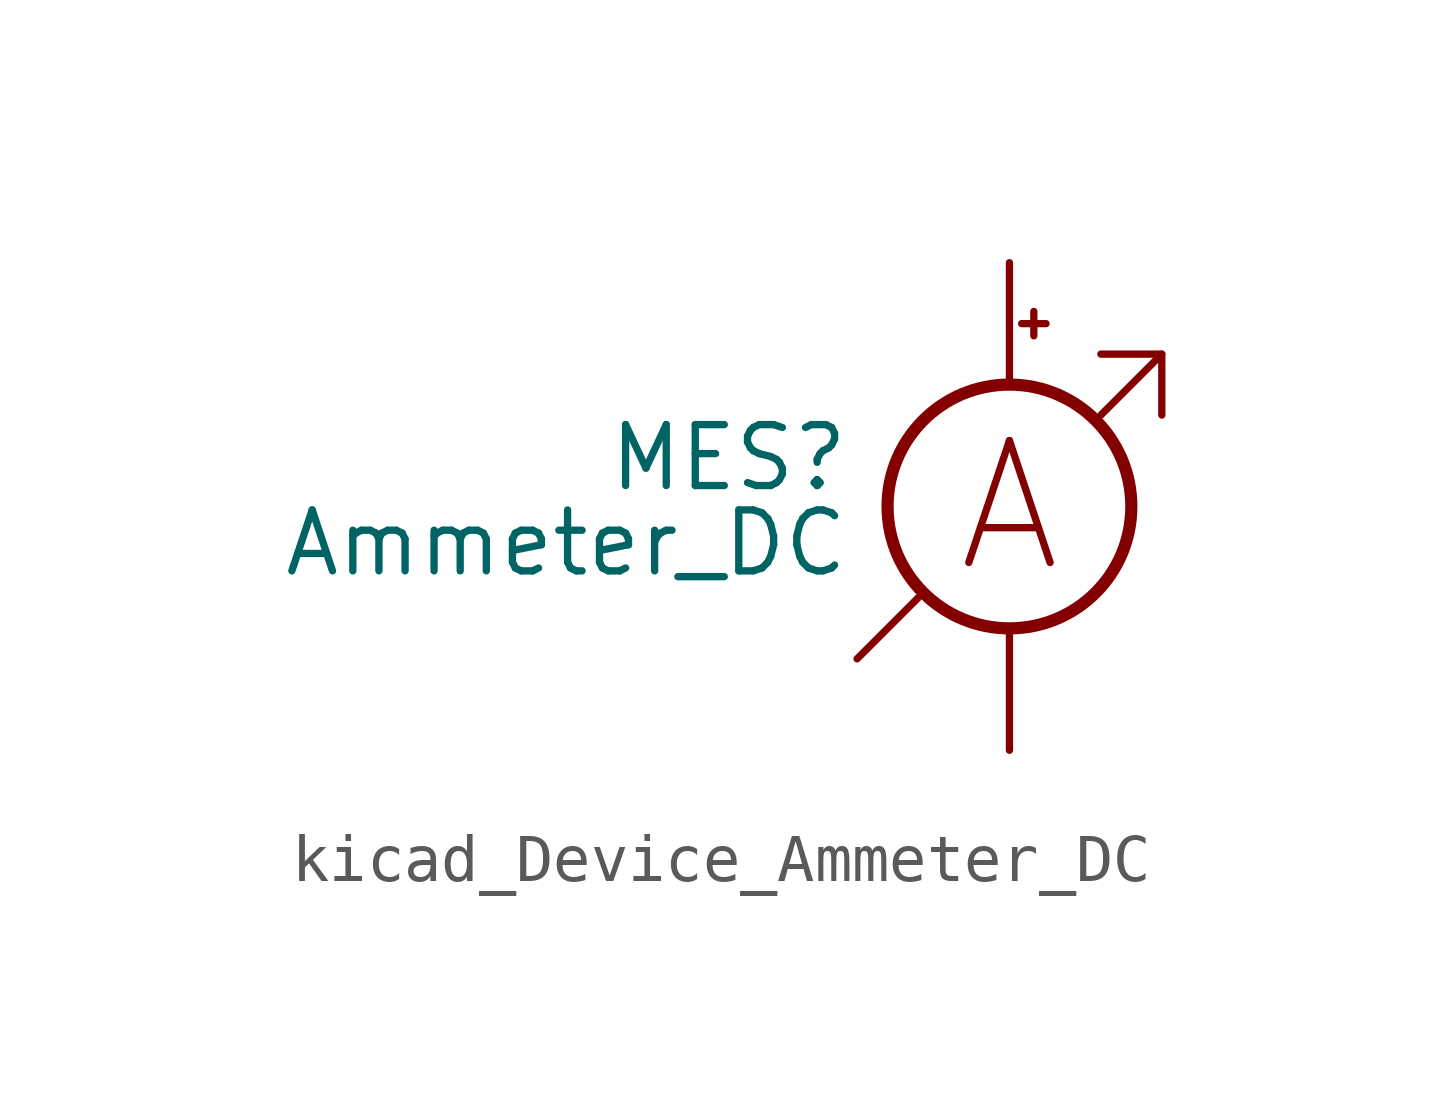
<source format=kicad_sym>
(kicad_symbol_lib
  (version 20220914)
  (generator kicad_symbol_editor)
  (symbol "kicad_Device_Ammeter_DC"
    (pin_numbers hide)
    (pin_names
      (offset 0.025) hide)
    (property "Reference" "MES"
      (at -3.302 1.016 0)
      (effects (font (size 1.27 1.27)) (justify right)))
    (property "Value" "Ammeter_DC"
      (at -3.302 -0.762 0)
      (effects (font (size 1.27 1.27)) (justify right)))
    (symbol "kicad_Device_Ammeter_DC_0_0"
      (polyline (pts (xy -3.175 -3.175) (xy -1.905 -1.905)) (stroke (width 0) (type default)) (fill (type none)))
      (polyline (pts (xy 1.905 1.905) (xy 3.175 3.175)) (stroke (width 0) (type default)) (fill (type none)))
      (polyline (pts (xy 1.905 3.175) (xy 3.175 3.175) (xy 3.175 1.905)) (stroke (width 0) (type default)) (fill (type none)))
      (text "A" (at 0 0 0) (effects (font (size 2.54 2.54)))))
    (symbol "kicad_Device_Ammeter_DC_0_1"
      (polyline (pts (xy 0.254 3.81) (xy 0.762 3.81)) (stroke (width 0) (type default)) (fill (type none)))
      (polyline (pts (xy 0.508 4.064) (xy 0.508 3.556)) (stroke (width 0) (type default)) (fill (type none)))
      (circle (center 0 0) (radius 2.54) (stroke (width 0.254) (type default)) (fill (type none))))
    (symbol "kicad_Device_Ammeter_DC_1_1"
      (pin passive line (at 0 -5.08 90) (length 2.54) (name "-" (effects (font (size 1.27 1.27)))) (number "1" (effects (font (size 1.27 1.27)))))
      (pin passive line (at 0 5.08 270) (length 2.54) (name "+" (effects (font (size 1.27 1.27)))) (number "2" (effects (font (size 1.27 1.27))))))))
</source>
